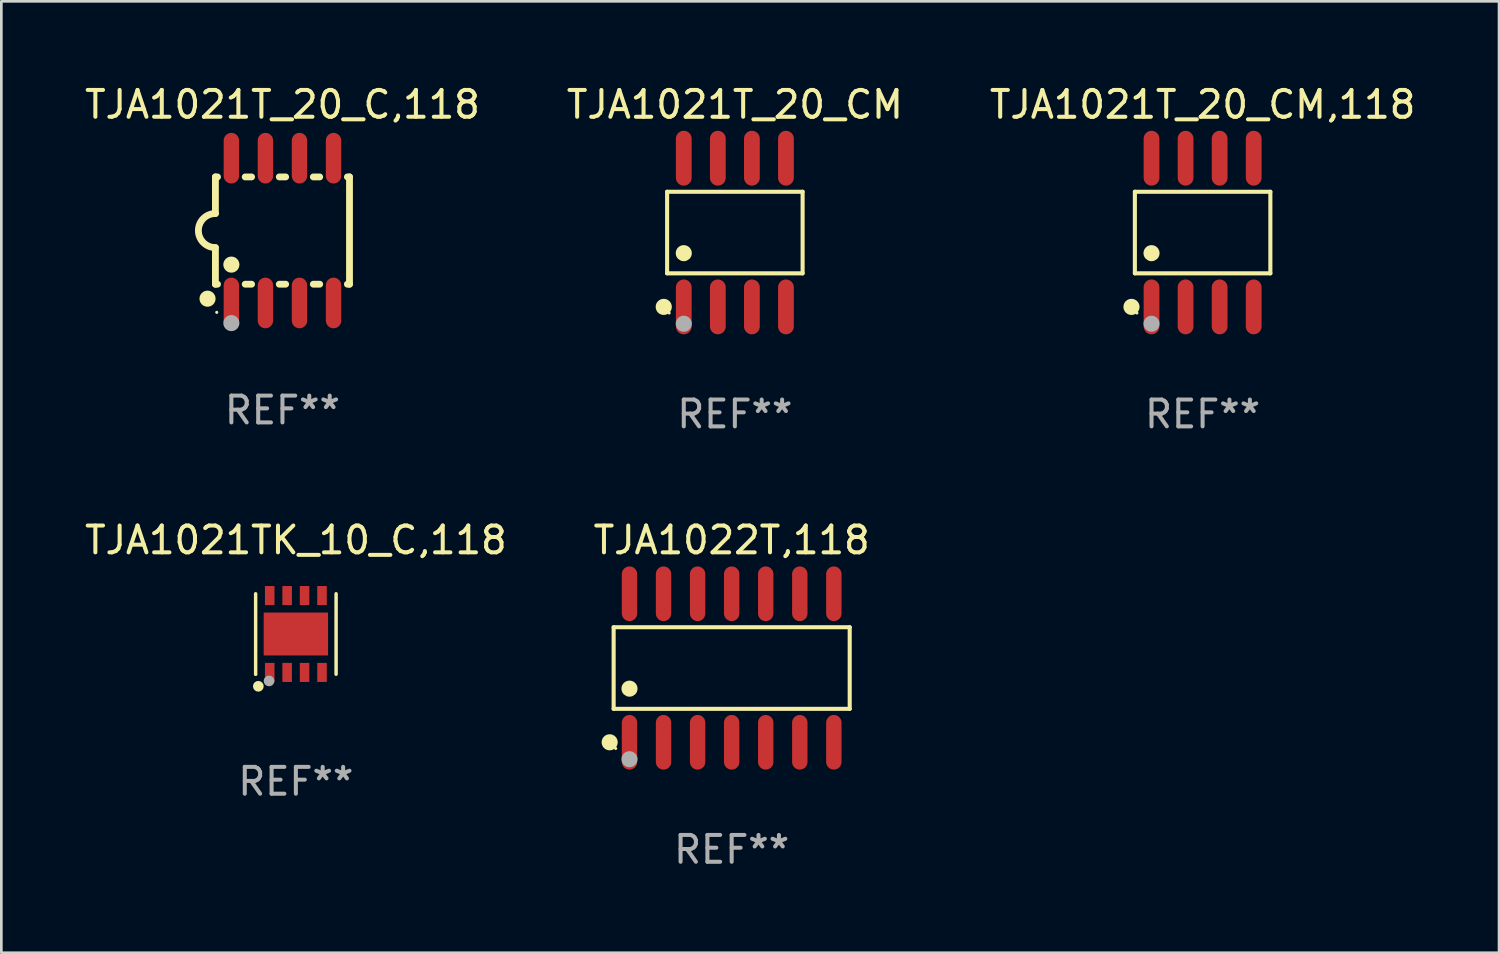
<source format=kicad_pcb>
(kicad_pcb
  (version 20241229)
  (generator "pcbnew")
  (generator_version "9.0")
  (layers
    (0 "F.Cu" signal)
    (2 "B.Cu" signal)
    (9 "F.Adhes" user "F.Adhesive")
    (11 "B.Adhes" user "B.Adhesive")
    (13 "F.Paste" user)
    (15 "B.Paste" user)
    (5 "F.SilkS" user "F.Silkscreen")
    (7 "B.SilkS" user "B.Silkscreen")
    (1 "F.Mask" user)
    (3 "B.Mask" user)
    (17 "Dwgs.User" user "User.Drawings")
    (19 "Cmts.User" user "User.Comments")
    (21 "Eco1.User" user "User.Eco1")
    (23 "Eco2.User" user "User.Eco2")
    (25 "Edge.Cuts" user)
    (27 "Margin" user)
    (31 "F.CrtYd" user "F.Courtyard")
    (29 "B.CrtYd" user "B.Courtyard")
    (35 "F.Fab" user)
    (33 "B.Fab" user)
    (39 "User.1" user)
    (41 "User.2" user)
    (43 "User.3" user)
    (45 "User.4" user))
  (footprint "TJA1021T_20_CM"
    (layer "F.Cu")
    (at 24.351 5.621)
    (property "Reference" "TJA1021T_20_CM" (at 0 -4.772 0) (layer "F.SilkS") (effects (font (size 1 1) (thickness 0.15))))
    (attr through_hole)
    (fp_line (start -2.526 -1.521) (end 2.526 -1.521) (stroke (width 0.152) (type solid)) (layer "F.SilkS"))
    (fp_line (start -2.526 1.521) (end -2.526 -1.521) (stroke (width 0.152) (type solid)) (layer "F.SilkS"))
    (fp_line (start 2.526 -1.521) (end 2.526 1.521) (stroke (width 0.152) (type solid)) (layer "F.SilkS"))
    (fp_line (start 2.526 1.521) (end -2.526 1.521) (stroke (width 0.152) (type solid)) (layer "F.SilkS"))
    (fp_circle (center -2.652 2.772) (end -2.501 2.772) (stroke (width 0.3) (type solid)) (fill no) (layer "F.SilkS"))
    (fp_circle (center -2.45 3) (end -2.42 3) (stroke (width 0.06) (type solid)) (fill no) (layer "F.SilkS"))
    (fp_circle (center -1.905 0.769) (end -1.755 0.769) (stroke (width 0.3) (type solid)) (fill no) (layer "F.SilkS"))
    (fp_circle (center -1.905 3.4) (end -1.755 3.4) (stroke (width 0.3) (type solid)) (fill no) (layer "F.Fab"))
    (fp_text user "REF**" (at 0 6.772 0) (layer "F.Fab") (effects (font (size 1 1) (thickness 0.15))))
    (pad "1" smd oval (at -1.905 2.772) (size 0.588 2.045) (layers "F.Cu" "F.Mask" "F.Paste"))
    (pad "2" smd oval (at -0.635 2.772) (size 0.588 2.045) (layers "F.Cu" "F.Mask" "F.Paste"))
    (pad "3" smd oval (at 0.635 2.772) (size 0.588 2.045) (layers "F.Cu" "F.Mask" "F.Paste"))
    (pad "4" smd oval (at 1.905 2.772) (size 0.588 2.045) (layers "F.Cu" "F.Mask" "F.Paste"))
    (pad "5" smd oval (at 1.905 -2.772) (size 0.588 2.045) (layers "F.Cu" "F.Mask" "F.Paste"))
    (pad "6" smd oval (at 0.635 -2.772) (size 0.588 2.045) (layers "F.Cu" "F.Mask" "F.Paste"))
    (pad "7" smd oval (at -0.635 -2.772) (size 0.588 2.045) (layers "F.Cu" "F.Mask" "F.Paste"))
    (pad "8" smd oval (at -1.905 -2.772) (size 0.588 2.045) (layers "F.Cu" "F.Mask" "F.Paste")))
  (footprint "TJA1021T_20_CM,118"
    (layer "F.Cu")
    (at 41.792 5.621)
    (property "Reference" "TJA1021T_20_CM,118" (at 0 -4.772 0) (layer "F.SilkS") (effects (font (size 1 1) (thickness 0.15))))
    (attr through_hole)
    (fp_line (start -2.526 -1.521) (end 2.526 -1.521) (stroke (width 0.152) (type solid)) (layer "F.SilkS"))
    (fp_line (start -2.526 1.521) (end -2.526 -1.521) (stroke (width 0.152) (type solid)) (layer "F.SilkS"))
    (fp_line (start 2.526 -1.521) (end 2.526 1.521) (stroke (width 0.152) (type solid)) (layer "F.SilkS"))
    (fp_line (start 2.526 1.521) (end -2.526 1.521) (stroke (width 0.152) (type solid)) (layer "F.SilkS"))
    (fp_circle (center -2.652 2.772) (end -2.501 2.772) (stroke (width 0.3) (type solid)) (fill no) (layer "F.SilkS"))
    (fp_circle (center -2.45 3) (end -2.42 3) (stroke (width 0.06) (type solid)) (fill no) (layer "F.SilkS"))
    (fp_circle (center -1.905 0.769) (end -1.755 0.769) (stroke (width 0.3) (type solid)) (fill no) (layer "F.SilkS"))
    (fp_circle (center -1.905 3.4) (end -1.755 3.4) (stroke (width 0.3) (type solid)) (fill no) (layer "F.Fab"))
    (fp_text user "REF**" (at 0 6.772 0) (layer "F.Fab") (effects (font (size 1 1) (thickness 0.15))))
    (pad "1" smd oval (at -1.905 2.772) (size 0.588 2.045) (layers "F.Cu" "F.Mask" "F.Paste"))
    (pad "2" smd oval (at -0.635 2.772) (size 0.588 2.045) (layers "F.Cu" "F.Mask" "F.Paste"))
    (pad "3" smd oval (at 0.635 2.772) (size 0.588 2.045) (layers "F.Cu" "F.Mask" "F.Paste"))
    (pad "4" smd oval (at 1.905 2.772) (size 0.588 2.045) (layers "F.Cu" "F.Mask" "F.Paste"))
    (pad "5" smd oval (at 1.905 -2.772) (size 0.588 2.045) (layers "F.Cu" "F.Mask" "F.Paste"))
    (pad "6" smd oval (at 0.635 -2.772) (size 0.588 2.045) (layers "F.Cu" "F.Mask" "F.Paste"))
    (pad "7" smd oval (at -0.635 -2.772) (size 0.588 2.045) (layers "F.Cu" "F.Mask" "F.Paste"))
    (pad "8" smd oval (at -1.905 -2.772) (size 0.588 2.045) (layers "F.Cu" "F.Mask" "F.Paste")))
  (footprint "TJA1021T_20_C,118"
    (layer "F.Cu")
    (at 7.482 5.547)
    (property "Reference" "TJA1021T_20_C,118" (at 0 -4.699 0) (layer "F.SilkS") (effects (font (size 1 1) (thickness 0.15))))
    (attr through_hole)
    (fp_line (start -2.5 -2) (end -2.5 -0.635) (stroke (width 0.254) (type solid)) (layer "F.SilkS"))
    (fp_line (start -2.5 -2) (end -2.421 -2) (stroke (width 0.254) (type solid)) (layer "F.SilkS"))
    (fp_line (start -2.5 2) (end -2.5 0.635) (stroke (width 0.254) (type solid)) (layer "F.SilkS"))
    (fp_line (start -2.5 2) (end -2.421 2) (stroke (width 0.254) (type solid)) (layer "F.SilkS"))
    (fp_line (start -1.389 -2) (end -1.151 -2) (stroke (width 0.254) (type solid)) (layer "F.SilkS"))
    (fp_line (start -1.389 2) (end -1.151 2) (stroke (width 0.254) (type solid)) (layer "F.SilkS"))
    (fp_line (start -0.119 -2) (end 0.119 -2) (stroke (width 0.254) (type solid)) (layer "F.SilkS"))
    (fp_line (start -0.119 2) (end 0.119 2) (stroke (width 0.254) (type solid)) (layer "F.SilkS"))
    (fp_line (start 1.151 -2) (end 1.389 -2) (stroke (width 0.254) (type solid)) (layer "F.SilkS"))
    (fp_line (start 1.151 2) (end 1.389 2) (stroke (width 0.254) (type solid)) (layer "F.SilkS"))
    (fp_line (start 2.421 -2) (end 2.5 -2) (stroke (width 0.254) (type solid)) (layer "F.SilkS"))
    (fp_line (start 2.421 2) (end 2.5 2) (stroke (width 0.254) (type solid)) (layer "F.SilkS"))
    (fp_line (start 2.5 -2) (end 2.5 2) (stroke (width 0.254) (type solid)) (layer "F.SilkS"))
    (fp_arc (start -2.5 0.635001) (mid -3.134366 -0.000318) (end -2.499365 -0.635001) (stroke (width 0.254001) (type solid)) (layer "F.SilkS"))
    (fp_circle (center -2.794 2.54) (end -2.644 2.54) (stroke (width 0.3) (type solid)) (fill no) (layer "F.SilkS"))
    (fp_circle (center -2.45 3.05) (end -2.42 3.05) (stroke (width 0.06) (type solid)) (fill no) (layer "F.SilkS"))
    (fp_circle (center -1.905 1.27) (end -1.755 1.27) (stroke (width 0.3) (type solid)) (fill no) (layer "F.SilkS"))
    (fp_circle (center -1.905 3.45) (end -1.755 3.45) (stroke (width 0.3) (type solid)) (fill no) (layer "F.Fab"))
    (fp_text user "REF**" (at 0 6.699 0) (layer "F.Fab") (effects (font (size 1 1) (thickness 0.15))))
    (pad "1" smd oval (at -1.905 2.699) (size 0.574 1.888) (layers "F.Cu" "F.Mask" "F.Paste"))
    (pad "2" smd oval (at -0.635 2.699) (size 0.574 1.888) (layers "F.Cu" "F.Mask" "F.Paste"))
    (pad "3" smd oval (at 0.635 2.699) (size 0.574 1.888) (layers "F.Cu" "F.Mask" "F.Paste"))
    (pad "4" smd oval (at 1.905 2.699) (size 0.574 1.888) (layers "F.Cu" "F.Mask" "F.Paste"))
    (pad "5" smd oval (at 1.905 -2.699) (size 0.574 1.888) (layers "F.Cu" "F.Mask" "F.Paste"))
    (pad "6" smd oval (at 0.635 -2.699) (size 0.574 1.888) (layers "F.Cu" "F.Mask" "F.Paste"))
    (pad "7" smd oval (at -0.635 -2.699) (size 0.574 1.888) (layers "F.Cu" "F.Mask" "F.Paste"))
    (pad "8" smd oval (at -1.905 -2.699) (size 0.574 1.888) (layers "F.Cu" "F.Mask" "F.Paste")))
  (footprint "TJA1021TK_10_C,118"
    (layer "F.Cu")
    (at 7.982 20.59)
    (property "Reference" "TJA1021TK_10_C,118" (at 0 -3.5 0) (layer "F.SilkS") (effects (font (size 1 1) (thickness 0.15))))
    (attr through_hole)
    (fp_line (start -1.5 1.5) (end -1.5 -1.5) (stroke (width 0.129) (type solid)) (layer "F.SilkS"))
    (fp_line (start 1.5 -1.5) (end 1.5 1.5) (stroke (width 0.129) (type solid)) (layer "F.SilkS"))
    (fp_circle (center -1.5 1.5) (end -1.47 1.5) (stroke (width 0.06) (type solid)) (fill no) (layer "F.SilkS"))
    (fp_circle (center -1.4 1.95) (end -1.3 1.95) (stroke (width 0.2) (type solid)) (fill no) (layer "F.SilkS"))
    (fp_circle (center -1 1.75) (end -0.9 1.75) (stroke (width 0.2) (type solid)) (fill no) (layer "F.Fab"))
    (fp_text user "REF**" (at 0 5.5 0) (layer "F.Fab") (effects (font (size 1 1) (thickness 0.15))))
    (pad "1" smd rect (at -0.975 1.433) (size 0.356 0.711) (layers "F.Cu" "F.Mask" "F.Paste"))
    (pad "2" smd rect (at -0.325 1.433) (size 0.356 0.711) (layers "F.Cu" "F.Mask" "F.Paste"))
    (pad "3" smd rect (at 0.325 1.433) (size 0.356 0.711) (layers "F.Cu" "F.Mask" "F.Paste"))
    (pad "4" smd rect (at 0.975 1.433) (size 0.356 0.711) (layers "F.Cu" "F.Mask" "F.Paste"))
    (pad "5" smd rect (at 0.975 -1.433) (size 0.356 0.711) (layers "F.Cu" "F.Mask" "F.Paste"))
    (pad "6" smd rect (at 0.325 -1.433) (size 0.356 0.711) (layers "F.Cu" "F.Mask" "F.Paste"))
    (pad "7" smd rect (at -0.325 -1.433) (size 0.356 0.711) (layers "F.Cu" "F.Mask" "F.Paste"))
    (pad "8" smd rect (at -0.975 -1.433) (size 0.356 0.711) (layers "F.Cu" "F.Mask" "F.Paste"))
    (pad "9" smd rect (at 0 0) (size 2.4 1.6) (layers "F.Cu" "F.Mask" "F.Paste")))
  (footprint "TJA1022T,118"
    (layer "F.Cu")
    (at 24.232 21.859)
    (property "Reference" "TJA1022T,118" (at 0 -4.769 0) (layer "F.SilkS") (effects (font (size 1 1) (thickness 0.15))))
    (attr through_hole)
    (fp_line (start -4.401 -1.521) (end 4.401 -1.521) (stroke (width 0.152) (type solid)) (layer "F.SilkS"))
    (fp_line (start -4.401 1.521) (end -4.401 -1.521) (stroke (width 0.152) (type solid)) (layer "F.SilkS"))
    (fp_line (start 4.401 -1.521) (end 4.401 1.521) (stroke (width 0.152) (type solid)) (layer "F.SilkS"))
    (fp_line (start 4.401 1.521) (end -4.401 1.521) (stroke (width 0.152) (type solid)) (layer "F.SilkS"))
    (fp_circle (center -4.549 2.769) (end -4.399 2.769) (stroke (width 0.3) (type solid)) (fill no) (layer "F.SilkS"))
    (fp_circle (center -4.325 3) (end -4.295 3) (stroke (width 0.06) (type solid)) (fill no) (layer "F.SilkS"))
    (fp_circle (center -3.81 0.769) (end -3.66 0.769) (stroke (width 0.3) (type solid)) (fill no) (layer "F.SilkS"))
    (fp_circle (center -3.81 3.4) (end -3.66 3.4) (stroke (width 0.3) (type solid)) (fill no) (layer "F.Fab"))
    (fp_text user "REF**" (at 0 6.769 0) (layer "F.Fab") (effects (font (size 1 1) (thickness 0.15))))
    (pad "1" smd oval (at -3.81 2.769) (size 0.574 2.038) (layers "F.Cu" "F.Mask" "F.Paste"))
    (pad "2" smd oval (at -2.54 2.769) (size 0.574 2.038) (layers "F.Cu" "F.Mask" "F.Paste"))
    (pad "3" smd oval (at -1.27 2.769) (size 0.574 2.038) (layers "F.Cu" "F.Mask" "F.Paste"))
    (pad "4" smd oval (at 0 2.769) (size 0.574 2.038) (layers "F.Cu" "F.Mask" "F.Paste"))
    (pad "5" smd oval (at 1.27 2.769) (size 0.574 2.038) (layers "F.Cu" "F.Mask" "F.Paste"))
    (pad "6" smd oval (at 2.54 2.769) (size 0.574 2.038) (layers "F.Cu" "F.Mask" "F.Paste"))
    (pad "7" smd oval (at 3.81 2.769) (size 0.574 2.038) (layers "F.Cu" "F.Mask" "F.Paste"))
    (pad "8" smd oval (at 3.81 -2.769) (size 0.574 2.038) (layers "F.Cu" "F.Mask" "F.Paste"))
    (pad "9" smd oval (at 2.54 -2.769) (size 0.574 2.038) (layers "F.Cu" "F.Mask" "F.Paste"))
    (pad "10" smd oval (at 1.27 -2.769) (size 0.574 2.038) (layers "F.Cu" "F.Mask" "F.Paste"))
    (pad "11" smd oval (at 0 -2.769) (size 0.574 2.038) (layers "F.Cu" "F.Mask" "F.Paste"))
    (pad "12" smd oval (at -1.27 -2.769) (size 0.574 2.038) (layers "F.Cu" "F.Mask" "F.Paste"))
    (pad "13" smd oval (at -2.54 -2.769) (size 0.574 2.038) (layers "F.Cu" "F.Mask" "F.Paste"))
    (pad "14" smd oval (at -3.81 -2.769) (size 0.574 2.038) (layers "F.Cu" "F.Mask" "F.Paste")))
  (gr_rect
    (start -3 -3)
    (end 52.845 32.476)
    (stroke (width 0.1) (type default))
    (fill no)
    (layer "Edge.Cuts")))
</source>
